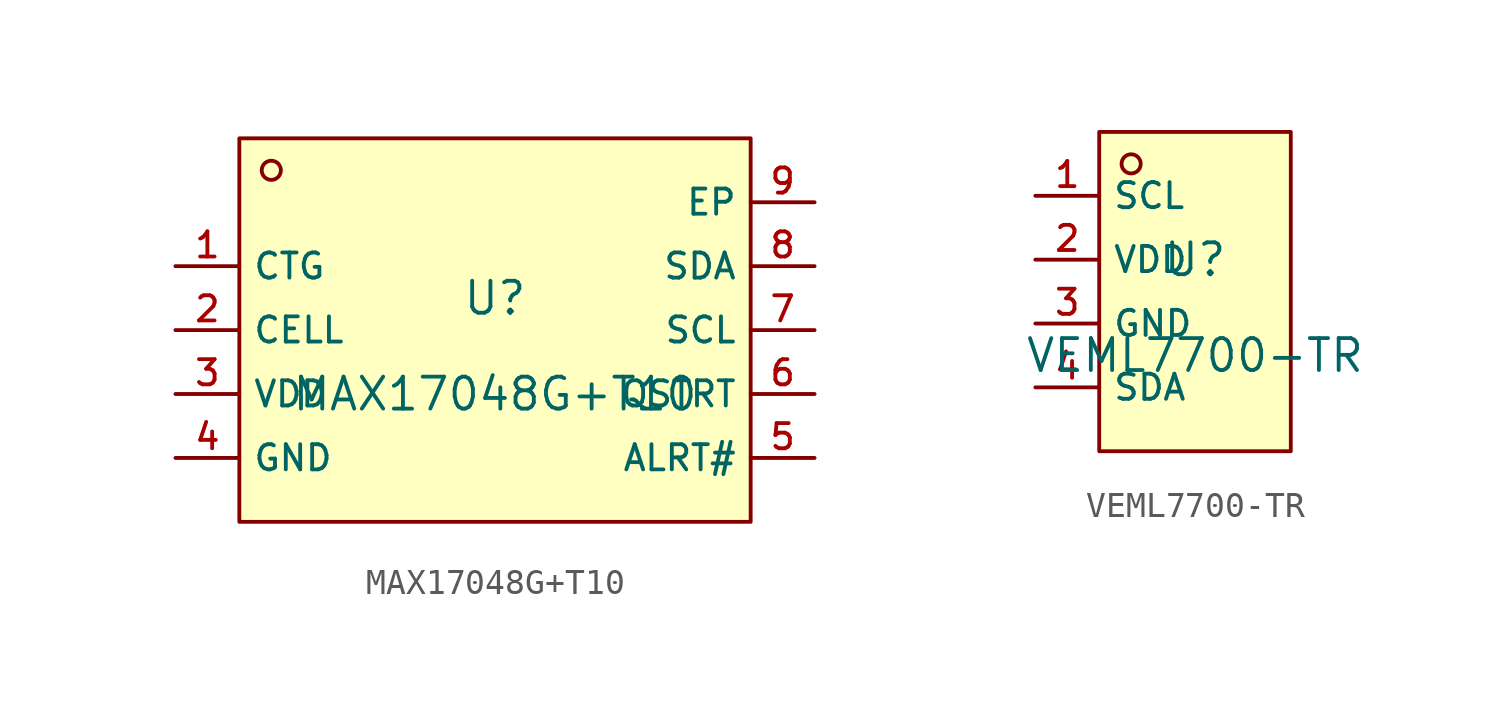
<source format=kicad_sym>
(kicad_symbol_lib
  (version 20210201)
  (generator TousstNicolas/JLC2KiCad_lib)
  (symbol "MAX17048G+T10"
    (property "Reference" "U"
      (at 0 1.27 0)
      (effects (font (size 1.27 1.27))))
    (property "Value" "MAX17048G+T10"
      (at 0 -2.54 0)
      (effects (font (size 1.27 1.27))))
    (symbol "MAX17048G+T10_0_1"
      (rectangle (start -10.16 7.62) (end 10.16 -7.62) (stroke (width 0) (type default) (color 0 0 0 0)) (fill (type background)))
      (circle (center -8.89 6.35) (radius 0.381) (stroke (width 0) (type default) (color 0 0 0 0)) (fill (type background)))
      (pin unspecified line (at -12.7 2.54 0) (length 2.54) (name "CTG" (effects (font (size 1 1)))) (number "1" (effects (font (size 1 1)))))
      (pin unspecified line (at -12.7 -0.0 0) (length 2.54) (name "CELL" (effects (font (size 1 1)))) (number "2" (effects (font (size 1 1)))))
      (pin unspecified line (at -12.7 -2.54 0) (length 2.54) (name "VDD" (effects (font (size 1 1)))) (number "3" (effects (font (size 1 1)))))
      (pin unspecified line (at -12.7 -5.08 0) (length 2.54) (name "GND" (effects (font (size 1 1)))) (number "4" (effects (font (size 1 1)))))
      (pin unspecified line (at 12.7 -5.08 180) (length 2.54) (name "ALRT#" (effects (font (size 1 1)))) (number "5" (effects (font (size 1 1)))))
      (pin unspecified line (at 12.7 -2.54 180) (length 2.54) (name "QSTRT" (effects (font (size 1 1)))) (number "6" (effects (font (size 1 1)))))
      (pin unspecified line (at 12.7 -0.0 180) (length 2.54) (name "SCL" (effects (font (size 1 1)))) (number "7" (effects (font (size 1 1)))))
      (pin unspecified line (at 12.7 2.54 180) (length 2.54) (name "SDA" (effects (font (size 1 1)))) (number "8" (effects (font (size 1 1)))))
      (pin unspecified line (at 12.7 5.08 180) (length 2.54) (name "EP" (effects (font (size 1 1)))) (number "9" (effects (font (size 1 1)))))))
  (symbol "VEML7700-TR"
    (property "Reference" "U"
      (at 0 1.27 0)
      (effects (font (size 1.27 1.27))))
    (property "Value" "VEML7700-TR"
      (at 0 -2.54 0)
      (effects (font (size 1.27 1.27))))
    (symbol "VEML7700-TR_0_1"
      (rectangle (start -3.81 6.35) (end 3.81 -6.35) (stroke (width 0) (type default) (color 0 0 0 0)) (fill (type background)))
      (circle (center -2.54 5.08) (radius 0.381) (stroke (width 0) (type default) (color 0 0 0 0)) (fill (type background)))
      (pin unspecified line (at -6.35 3.81 0) (length 2.54) (name "SCL" (effects (font (size 1 1)))) (number "1" (effects (font (size 1 1)))))
      (pin unspecified line (at -6.35 1.27 0) (length 2.54) (name "VDD" (effects (font (size 1 1)))) (number "2" (effects (font (size 1 1)))))
      (pin unspecified line (at -6.35 -1.27 0) (length 2.54) (name "GND" (effects (font (size 1 1)))) (number "3" (effects (font (size 1 1)))))
      (pin unspecified line (at -6.35 -3.81 0) (length 2.54) (name "SDA" (effects (font (size 1 1)))) (number "4" (effects (font (size 1 1))))))))
</source>
